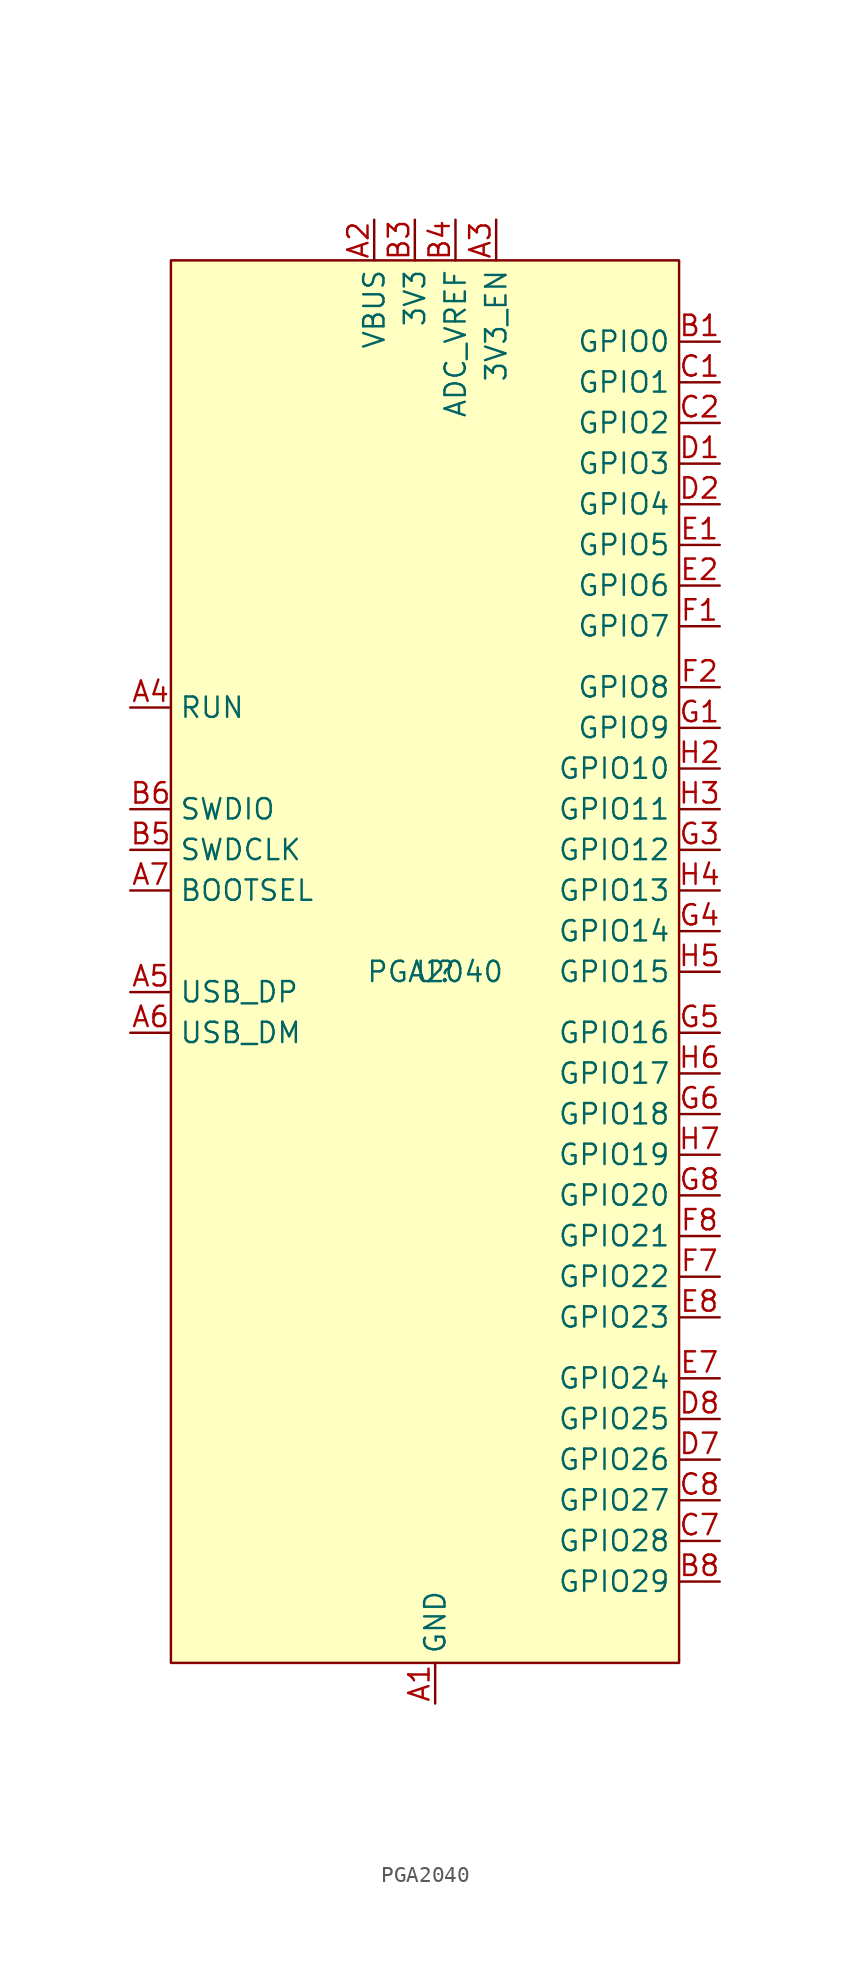
<source format=kicad_sym>
(kicad_symbol_lib
  (version 20211014)
  (generator kicad_symbol_editor)
  (symbol "PGA2040"
    (property "Reference" "U"
      (at 0 0 0)
      (effects (font (size 1.27 1.27))))
    (property "Value" "PGA2040"
      (at 0 0 0)
      (effects (font (size 1.27 1.27))))
    (symbol "PGA2040_0_1"
      (rectangle (start -16.51 44.45) (end 15.24 -43.18) (stroke (width 0) (type default) (color 0 0 0 0)) (fill (type background))))
    (symbol "PGA2040_1_1"
      (pin power_in line (at 0 -45.72 90) (length 2.54) (name "GND" (effects (font (size 1.27 1.27)))) (number "A1" (effects (font (size 1.27 1.27)))))
      (pin power_in line (at -3.81 46.99 270) (length 2.54) (name "VBUS" (effects (font (size 1.27 1.27)))) (number "A2" (effects (font (size 1.27 1.27)))))
      (pin power_in line (at 3.81 46.99 270) (length 2.54) (name "3V3_EN" (effects (font (size 1.27 1.27)))) (number "A3" (effects (font (size 1.27 1.27)))))
      (pin input line (at -19.05 16.51 0) (length 2.54) (name "RUN" (effects (font (size 1.27 1.27)))) (number "A4" (effects (font (size 1.27 1.27)))))
      (pin bidirectional line (at -19.05 -1.27 0) (length 2.54) (name "USB_DP" (effects (font (size 1.27 1.27)))) (number "A5" (effects (font (size 1.27 1.27)))))
      (pin bidirectional line (at -19.05 -3.81 0) (length 2.54) (name "USB_DM" (effects (font (size 1.27 1.27)))) (number "A6" (effects (font (size 1.27 1.27)))))
      (pin input line (at -19.05 5.08 0) (length 2.54) (name "BOOTSEL" (effects (font (size 1.27 1.27)))) (number "A7" (effects (font (size 1.27 1.27)))))
      (pin power_in line (at 0 -45.72 90) (length 2.54) hide (name "" (effects (font (size 1.27 1.27)))) (number "A8" (effects (font (size 1.27 1.27)))))
      (pin bidirectional line (at 17.78 39.37 180) (length 2.54) (name "GPIO0" (effects (font (size 1.27 1.27)))) (number "B1" (effects (font (size 1.27 1.27)))))
      (pin power_in line (at 0 -45.72 90) (length 2.54) hide (name "" (effects (font (size 1.27 1.27)))) (number "B2" (effects (font (size 1.27 1.27)))))
      (pin power_in line (at -1.27 46.99 270) (length 2.54) (name "3V3" (effects (font (size 1.27 1.27)))) (number "B3" (effects (font (size 1.27 1.27)))))
      (pin power_in line (at 1.27 46.99 270) (length 2.54) (name "ADC_VREF" (effects (font (size 1.27 1.27)))) (number "B4" (effects (font (size 1.27 1.27)))))
      (pin output line (at -19.05 7.62 0) (length 2.54) (name "SWDCLK" (effects (font (size 1.27 1.27)))) (number "B5" (effects (font (size 1.27 1.27)))))
      (pin bidirectional line (at -19.05 10.16 0) (length 2.54) (name "SWDIO" (effects (font (size 1.27 1.27)))) (number "B6" (effects (font (size 1.27 1.27)))))
      (pin power_in line (at 0 -45.72 90) (length 2.54) hide (name "" (effects (font (size 1.27 1.27)))) (number "B7" (effects (font (size 1.27 1.27)))))
      (pin bidirectional line (at 17.78 -38.1 180) (length 2.54) (name "GPIO29" (effects (font (size 1.27 1.27)))) (number "B8" (effects (font (size 1.27 1.27)))))
      (pin bidirectional line (at 17.78 36.83 180) (length 2.54) (name "GPIO1" (effects (font (size 1.27 1.27)))) (number "C1" (effects (font (size 1.27 1.27)))))
      (pin bidirectional line (at 17.78 34.29 180) (length 2.54) (name "GPIO2" (effects (font (size 1.27 1.27)))) (number "C2" (effects (font (size 1.27 1.27)))))
      (pin bidirectional line (at 17.78 -35.56 180) (length 2.54) (name "GPIO28" (effects (font (size 1.27 1.27)))) (number "C7" (effects (font (size 1.27 1.27)))))
      (pin bidirectional line (at 17.78 -33.02 180) (length 2.54) (name "GPIO27" (effects (font (size 1.27 1.27)))) (number "C8" (effects (font (size 1.27 1.27)))))
      (pin bidirectional line (at 17.78 31.75 180) (length 2.54) (name "GPIO3" (effects (font (size 1.27 1.27)))) (number "D1" (effects (font (size 1.27 1.27)))))
      (pin bidirectional line (at 17.78 29.21 180) (length 2.54) (name "GPIO4" (effects (font (size 1.27 1.27)))) (number "D2" (effects (font (size 1.27 1.27)))))
      (pin bidirectional line (at 17.78 -30.48 180) (length 2.54) (name "GPIO26" (effects (font (size 1.27 1.27)))) (number "D7" (effects (font (size 1.27 1.27)))))
      (pin bidirectional line (at 17.78 -27.94 180) (length 2.54) (name "GPIO25" (effects (font (size 1.27 1.27)))) (number "D8" (effects (font (size 1.27 1.27)))))
      (pin bidirectional line (at 17.78 26.67 180) (length 2.54) (name "GPIO5" (effects (font (size 1.27 1.27)))) (number "E1" (effects (font (size 1.27 1.27)))))
      (pin bidirectional line (at 17.78 24.13 180) (length 2.54) (name "GPIO6" (effects (font (size 1.27 1.27)))) (number "E2" (effects (font (size 1.27 1.27)))))
      (pin bidirectional line (at 17.78 -25.4 180) (length 2.54) (name "GPIO24" (effects (font (size 1.27 1.27)))) (number "E7" (effects (font (size 1.27 1.27)))))
      (pin bidirectional line (at 17.78 -21.59 180) (length 2.54) (name "GPIO23" (effects (font (size 1.27 1.27)))) (number "E8" (effects (font (size 1.27 1.27)))))
      (pin bidirectional line (at 17.78 21.59 180) (length 2.54) (name "GPIO7" (effects (font (size 1.27 1.27)))) (number "F1" (effects (font (size 1.27 1.27)))))
      (pin bidirectional line (at 17.78 17.78 180) (length 2.54) (name "GPIO8" (effects (font (size 1.27 1.27)))) (number "F2" (effects (font (size 1.27 1.27)))))
      (pin bidirectional line (at 17.78 -19.05 180) (length 2.54) (name "GPIO22" (effects (font (size 1.27 1.27)))) (number "F7" (effects (font (size 1.27 1.27)))))
      (pin bidirectional line (at 17.78 -16.51 180) (length 2.54) (name "GPIO21" (effects (font (size 1.27 1.27)))) (number "F8" (effects (font (size 1.27 1.27)))))
      (pin bidirectional line (at 17.78 15.24 180) (length 2.54) (name "GPIO9" (effects (font (size 1.27 1.27)))) (number "G1" (effects (font (size 1.27 1.27)))))
      (pin power_in line (at 0 -45.72 90) (length 2.54) hide (name "" (effects (font (size 1.27 1.27)))) (number "G2" (effects (font (size 1.27 1.27)))))
      (pin bidirectional line (at 17.78 7.62 180) (length 2.54) (name "GPIO12" (effects (font (size 1.27 1.27)))) (number "G3" (effects (font (size 1.27 1.27)))))
      (pin bidirectional line (at 17.78 2.54 180) (length 2.54) (name "GPIO14" (effects (font (size 1.27 1.27)))) (number "G4" (effects (font (size 1.27 1.27)))))
      (pin bidirectional line (at 17.78 -3.81 180) (length 2.54) (name "GPIO16" (effects (font (size 1.27 1.27)))) (number "G5" (effects (font (size 1.27 1.27)))))
      (pin bidirectional line (at 17.78 -8.89 180) (length 2.54) (name "GPIO18" (effects (font (size 1.27 1.27)))) (number "G6" (effects (font (size 1.27 1.27)))))
      (pin power_in line (at 0 -45.72 90) (length 2.54) hide (name "" (effects (font (size 1.27 1.27)))) (number "G7" (effects (font (size 1.27 1.27)))))
      (pin bidirectional line (at 17.78 -13.97 180) (length 2.54) (name "GPIO20" (effects (font (size 1.27 1.27)))) (number "G8" (effects (font (size 1.27 1.27)))))
      (pin power_in line (at 0 -45.72 90) (length 2.54) hide (name "" (effects (font (size 1.27 1.27)))) (number "H1" (effects (font (size 1.27 1.27)))))
      (pin bidirectional line (at 17.78 12.7 180) (length 2.54) (name "GPIO10" (effects (font (size 1.27 1.27)))) (number "H2" (effects (font (size 1.27 1.27)))))
      (pin bidirectional line (at 17.78 10.16 180) (length 2.54) (name "GPIO11" (effects (font (size 1.27 1.27)))) (number "H3" (effects (font (size 1.27 1.27)))))
      (pin bidirectional line (at 17.78 5.08 180) (length 2.54) (name "GPIO13" (effects (font (size 1.27 1.27)))) (number "H4" (effects (font (size 1.27 1.27)))))
      (pin bidirectional line (at 17.78 0 180) (length 2.54) (name "GPIO15" (effects (font (size 1.27 1.27)))) (number "H5" (effects (font (size 1.27 1.27)))))
      (pin bidirectional line (at 17.78 -6.35 180) (length 2.54) (name "GPIO17" (effects (font (size 1.27 1.27)))) (number "H6" (effects (font (size 1.27 1.27)))))
      (pin bidirectional line (at 17.78 -11.43 180) (length 2.54) (name "GPIO19" (effects (font (size 1.27 1.27)))) (number "H7" (effects (font (size 1.27 1.27)))))
      (pin power_in line (at 0 -45.72 90) (length 2.54) hide (name "" (effects (font (size 1.27 1.27)))) (number "H8" (effects (font (size 1.27 1.27))))))))
</source>
